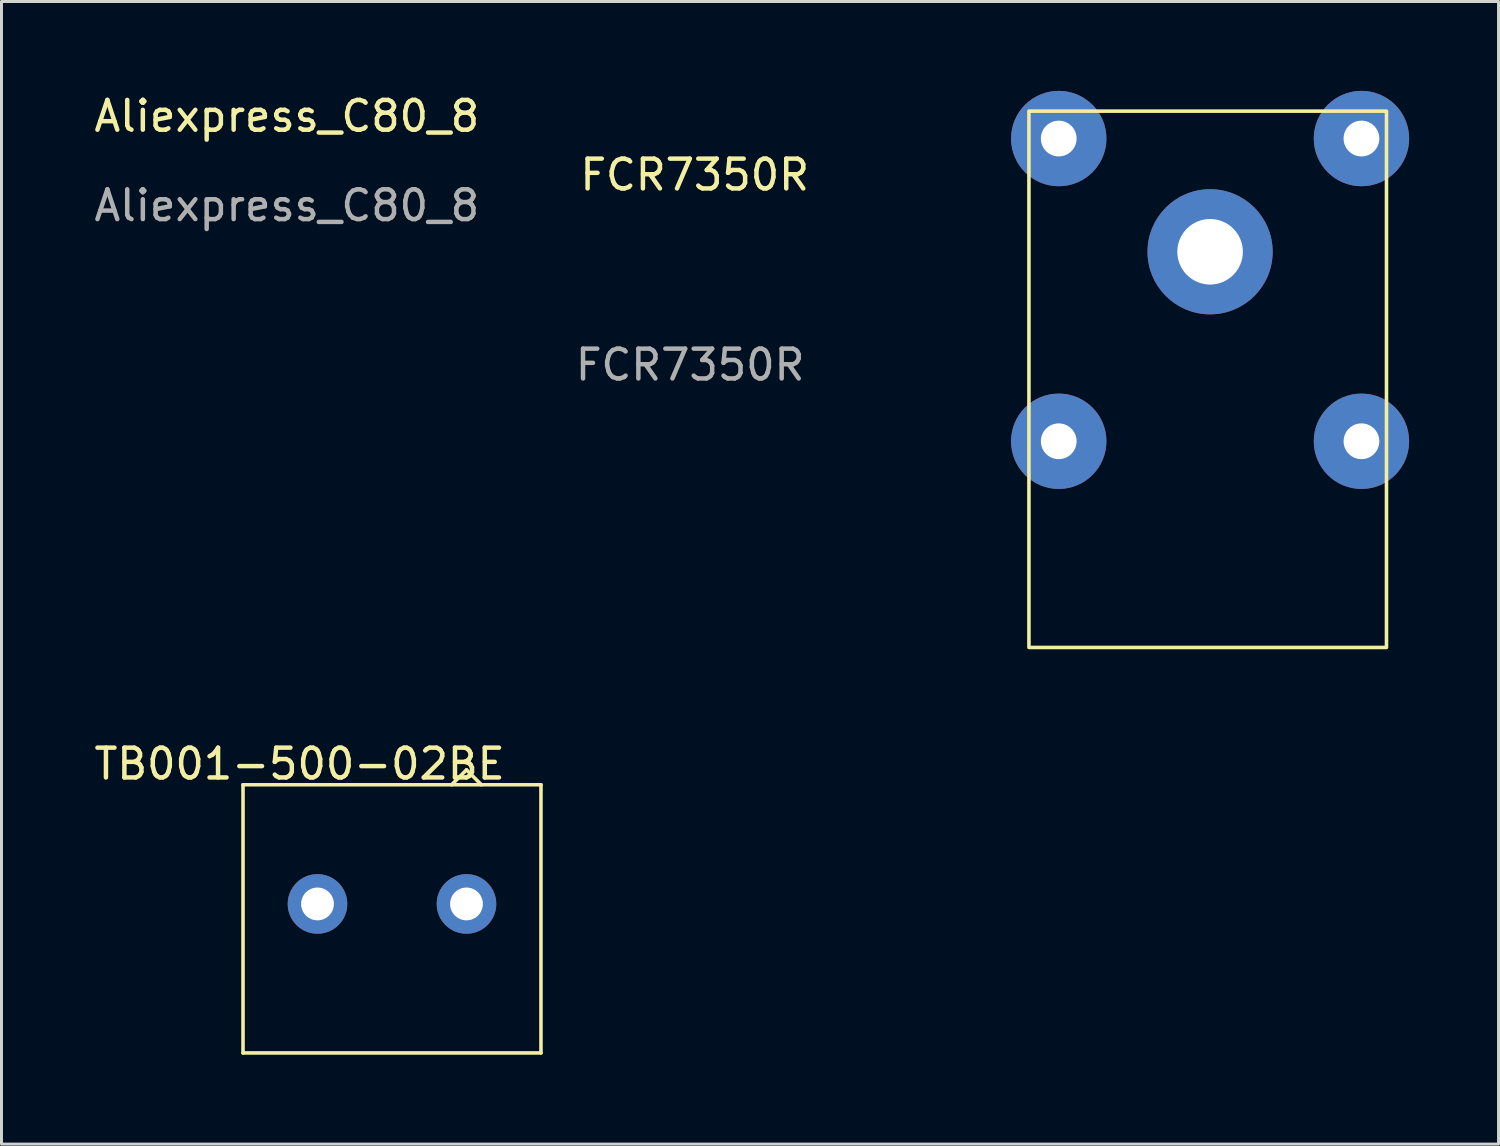
<source format=kicad_pcb>
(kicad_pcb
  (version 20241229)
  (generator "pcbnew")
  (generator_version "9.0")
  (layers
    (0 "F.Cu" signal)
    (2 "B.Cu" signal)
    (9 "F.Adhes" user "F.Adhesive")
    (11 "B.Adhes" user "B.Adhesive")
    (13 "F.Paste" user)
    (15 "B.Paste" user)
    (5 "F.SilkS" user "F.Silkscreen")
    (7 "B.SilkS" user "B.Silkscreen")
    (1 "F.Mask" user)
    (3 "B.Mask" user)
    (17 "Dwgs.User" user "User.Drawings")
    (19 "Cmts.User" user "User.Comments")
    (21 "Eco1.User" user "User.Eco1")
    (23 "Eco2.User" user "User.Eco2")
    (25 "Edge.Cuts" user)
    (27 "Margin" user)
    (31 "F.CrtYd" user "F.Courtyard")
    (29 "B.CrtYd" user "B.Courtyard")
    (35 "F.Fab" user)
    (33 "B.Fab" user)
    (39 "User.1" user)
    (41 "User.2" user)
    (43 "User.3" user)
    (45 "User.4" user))
  (footprint "TB001-500-02BE"
    (layer "F.Cu")
    (at 10.106 27.288)
    (property "Reference" "TB001-500-02BE" (at -3.1 -4.7 0) (layer "F.SilkS") (effects (font (size 1 1) (thickness 0.15))))
    (attr through_hole)
    (fp_line (start -5 -4) (end -5 5) (stroke (width 0.12) (type solid)) (layer "F.SilkS"))
    (fp_line (start -5 5) (end 5 5) (stroke (width 0.12) (type solid)) (layer "F.SilkS"))
    (fp_line (start 2.5 -4.5) (end 2 -4) (stroke (width 0.12) (type solid)) (layer "F.SilkS"))
    (fp_line (start 3 -4) (end 2.5 -4.5) (stroke (width 0.12) (type solid)) (layer "F.SilkS"))
    (fp_line (start 5 -4) (end -5 -4) (stroke (width 0.12) (type solid)) (layer "F.SilkS"))
    (fp_line (start 5 5) (end 5 -4) (stroke (width 0.12) (type solid)) (layer "F.SilkS"))
    (pad "1" thru_hole circle (at 2.5 0) (size 2 2) (drill 1.1) (layers "*.Cu" "*.Mask"))
    (pad "2" thru_hole circle (at -2.5 0) (size 2 2) (drill 1.1) (layers "*.Cu" "*.Mask")))
  (footprint "FCR7350R"
    (layer "F.Cu")
    (at 32.483 6.68)
    (property "Reference" "FCR7350R" (at -12.217 -3.861 0) (unlocked yes) (layer "F.SilkS") (effects (font (size 1 1) (thickness 0.15))))
    (fp_rect (start -1 -6) (end 11 12) (stroke (width 0.12) (type solid)) (fill no) (layer "F.SilkS"))
    (fp_text user "${REFERENCE}" (at -12.37 2.516 0) (unlocked yes) (layer "F.Fab") (effects (font (size 1 1) (thickness 0.15))))
    (pad "1" thru_hole circle (at 0 -5.08) (size 3.2 3.2) (drill 1.2) (layers "*.Cu" "*.Mask"))
    (pad "1" thru_hole circle (at 0 5.08) (size 3.2 3.2) (drill 1.2) (layers "*.Cu" "*.Mask"))
    (pad "1" thru_hole circle (at 5.08 -1.28) (size 4.2 4.2) (drill 2.2) (layers "*.Cu" "*.Mask"))
    (pad "1" thru_hole circle (at 10.16 -5.08) (size 3.2 3.2) (drill 1.2) (layers "*.Cu" "*.Mask"))
    (pad "1" thru_hole circle (at 10.16 5.08) (size 3.2 3.2) (drill 1.2) (layers "*.Cu" "*.Mask")))
  (footprint "Aliexpress_C80_8"
    (layer "F.Cu")
    (at 6.577 1.348)
    (property "Reference" "Aliexpress_C80_8" (at 0 -0.5 0) (unlocked yes) (layer "F.SilkS") (effects (font (size 1 1) (thickness 0.15))))
    (fp_text user "${REFERENCE}" (at 0 2.5 0) (unlocked yes) (layer "F.Fab") (effects (font (size 1 1) (thickness 0.15)))))
  (gr_rect
    (start -3 -3)
    (end 47.243 35.348)
    (stroke (width 0.1) (type default))
    (fill no)
    (layer "Edge.Cuts")))
</source>
